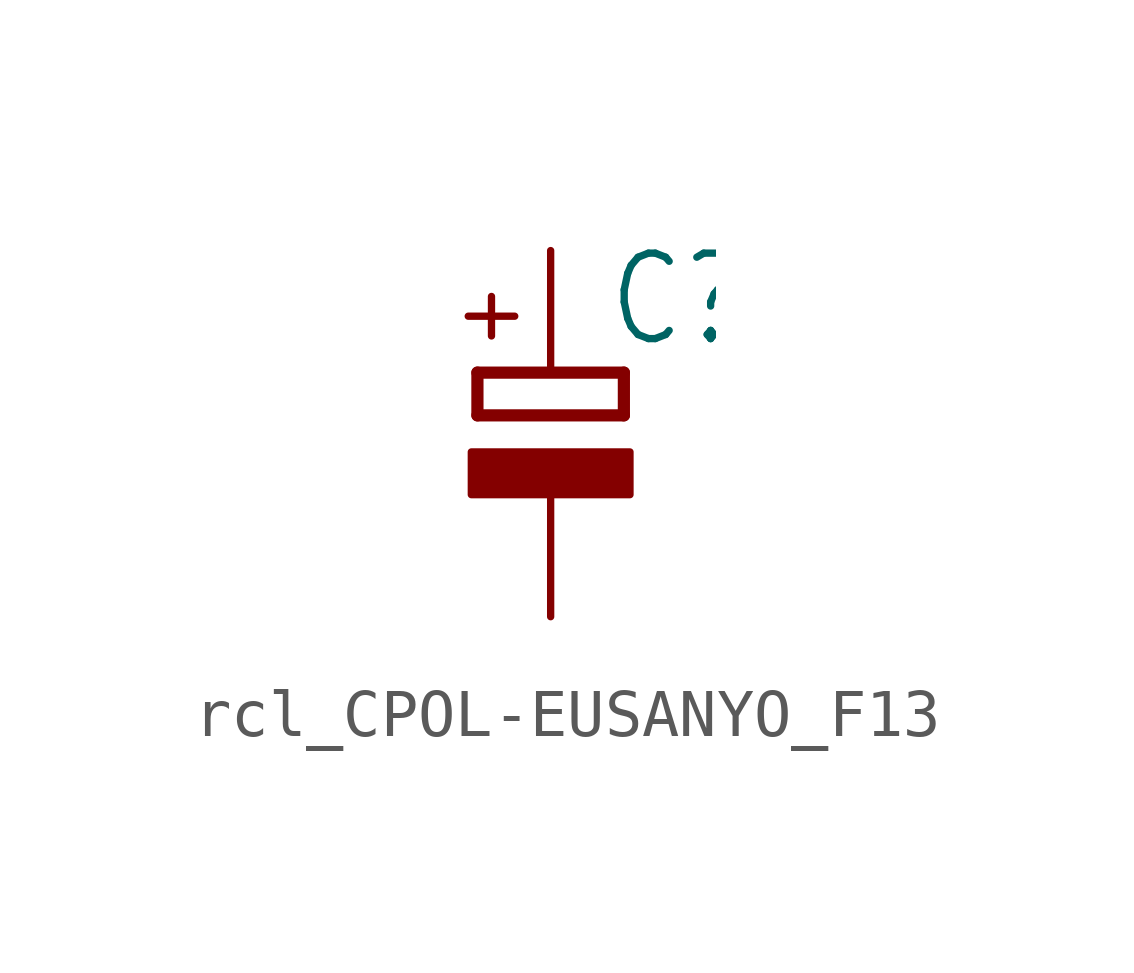
<source format=kicad_sym>
(kicad_symbol_lib
  (version 20231120)
  (generator "kicad_symbol_editor")
  (generator_version "8.0")
  (symbol "rcl_CPOL-EUSANYO_F13"
    (property "Reference" "C"
      (at 1.143 0.483 0)
      (effects (font (size 1.778 1.511)) (justify left bottom)))
    (property "Value" ""
      (at 1.143 -4.597 0)
      (effects (font (size 1.778 1.511)) (justify left bottom)))
    (property "ki_locked" ""
      (at 0 0 0)
      (effects (font (size 1.27 1.27))))
    (symbol "rcl_CPOL-EUSANYO_F13_1_0"
      (rectangle (start -1.651 -2.54) (end 1.651 -1.651) (stroke (width 0) (type default)) (fill (type outline)))
      (polyline (pts (xy -1.524 -0.889) (xy 1.524 -0.889)) (stroke (width 0.254) (type solid)) (fill (type none)))
      (polyline (pts (xy -1.524 0) (xy -1.524 -0.889)) (stroke (width 0.254) (type solid)) (fill (type none)))
      (polyline (pts (xy -1.524 0) (xy 1.524 0)) (stroke (width 0.254) (type solid)) (fill (type none)))
      (polyline (pts (xy 1.524 -0.889) (xy 1.524 0)) (stroke (width 0.254) (type solid)) (fill (type none)))
      (text "+" (at -0.584 0.406 900) (effects (font (size 1.27 1.079)) (justify left bottom)))
      (pin passive line (at 0 2.54 270) (length 2.54) (name "+" (effects (font (size 0 0)))) (number "+" (effects (font (size 0 0)))))
      (pin passive line (at 0 -5.08 90) (length 2.54) (name "-" (effects (font (size 0 0)))) (number "-" (effects (font (size 0 0))))))))
</source>
